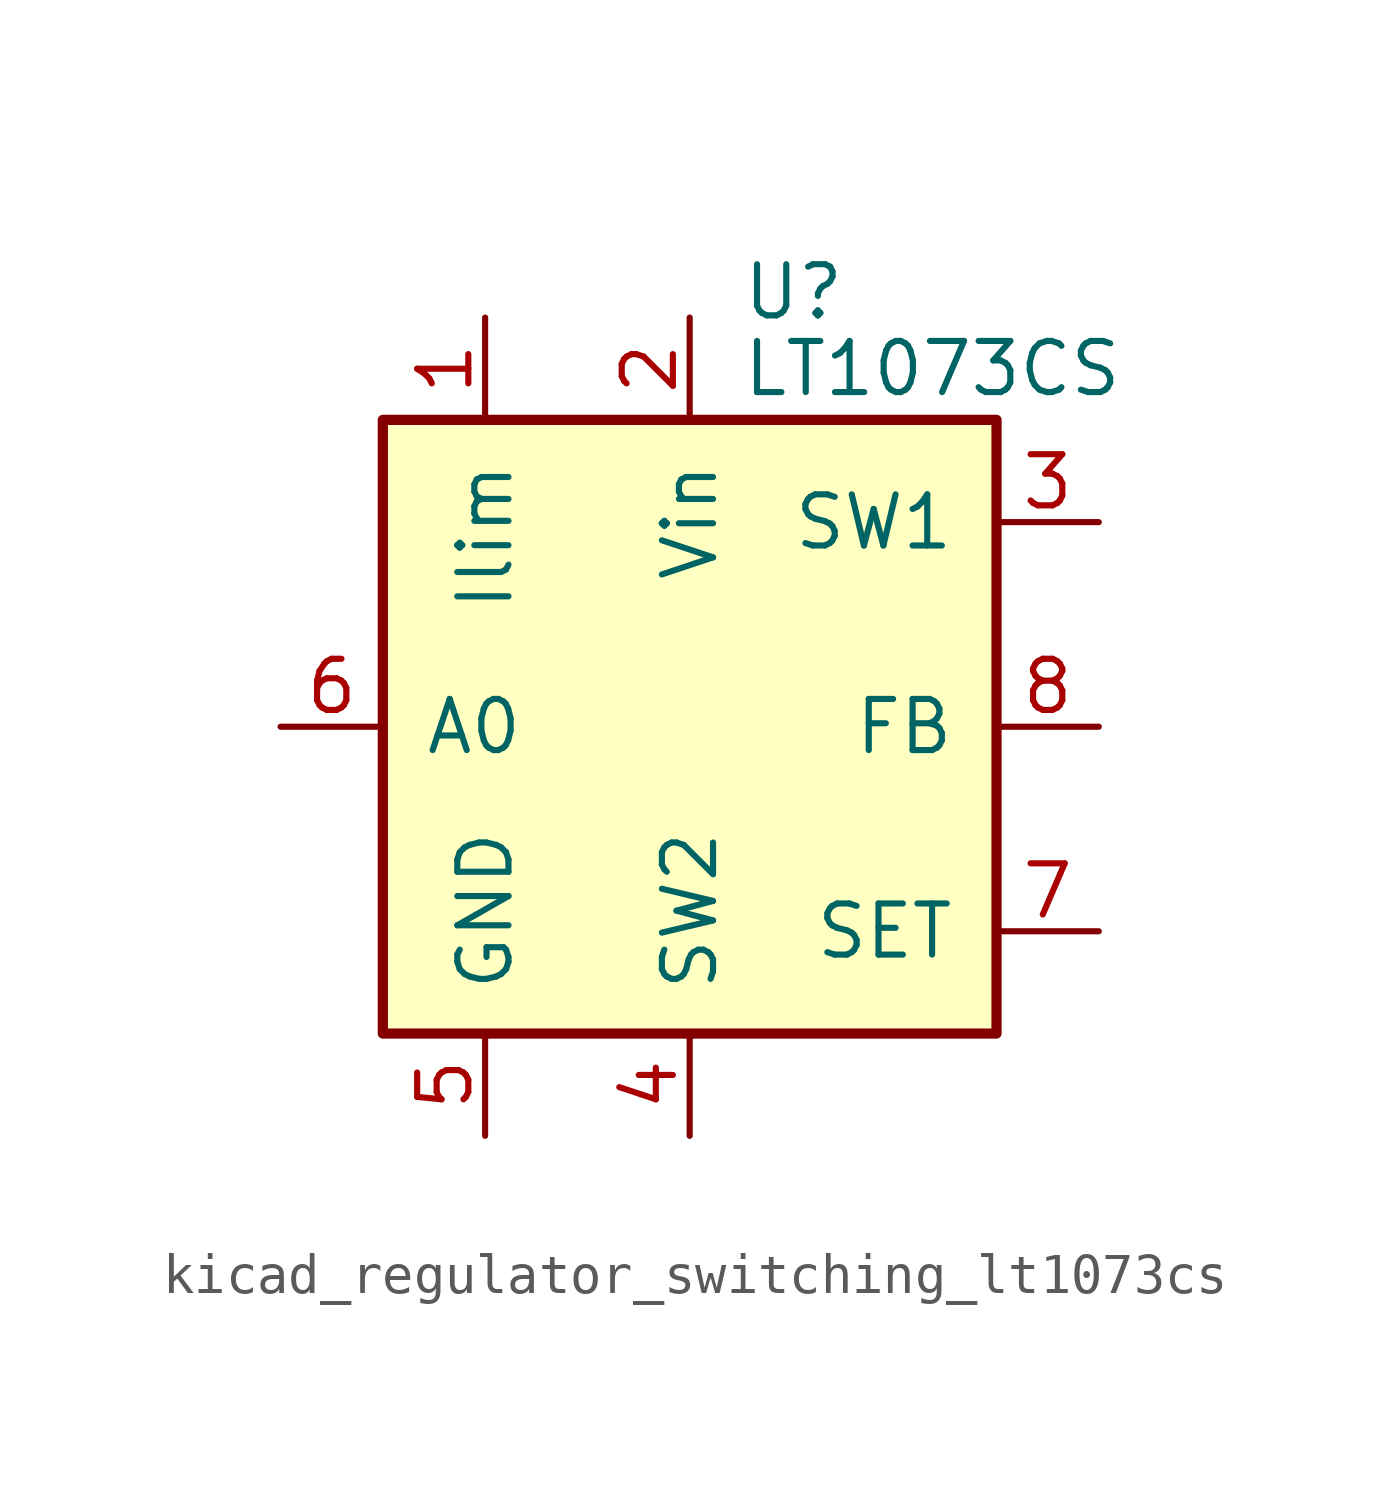
<source format=kicad_sym>
(kicad_symbol_lib
  (version 20220914)
  (generator kicad_symbol_editor)
  (symbol "kicad_regulator_switching_lt1073cs"
    (pin_names
      (offset 1.016))
    (property "Reference" "U"
      (at 1.27 10.795 0)
      (effects (font (size 1.27 1.27)) (justify left)))
    (property "Value" "LT1073CS"
      (at 1.27 8.89 0)
      (effects (font (size 1.27 1.27)) (justify left)))
    (symbol "kicad_regulator_switching_lt1073cs_0_1"
      (rectangle (start -7.62 7.62) (end 7.62 -7.62) (stroke (width 0.254) (type default)) (fill (type background))))
    (symbol "kicad_regulator_switching_lt1073cs_1_1"
      (pin input line (at -5.08 10.16 270) (length 2.54) (name "Ilim" (effects (font (size 1.27 1.27)))) (number "1" (effects (font (size 1.27 1.27)))))
      (pin power_in line (at 0 10.16 270) (length 2.54) (name "Vin" (effects (font (size 1.27 1.27)))) (number "2" (effects (font (size 1.27 1.27)))))
      (pin input line (at 10.16 5.08 180) (length 2.54) (name "SW1" (effects (font (size 1.27 1.27)))) (number "3" (effects (font (size 1.27 1.27)))))
      (pin input line (at 0 -10.16 90) (length 2.54) (name "SW2" (effects (font (size 1.27 1.27)))) (number "4" (effects (font (size 1.27 1.27)))))
      (pin power_in line (at -5.08 -10.16 90) (length 2.54) (name "GND" (effects (font (size 1.27 1.27)))) (number "5" (effects (font (size 1.27 1.27)))))
      (pin output line (at -10.16 0 0) (length 2.54) (name "A0" (effects (font (size 1.27 1.27)))) (number "6" (effects (font (size 1.27 1.27)))))
      (pin input line (at 10.16 -5.08 180) (length 2.54) (name "SET" (effects (font (size 1.27 1.27)))) (number "7" (effects (font (size 1.27 1.27)))))
      (pin input line (at 10.16 0 180) (length 2.54) (name "FB" (effects (font (size 1.27 1.27)))) (number "8" (effects (font (size 1.27 1.27))))))))
</source>
